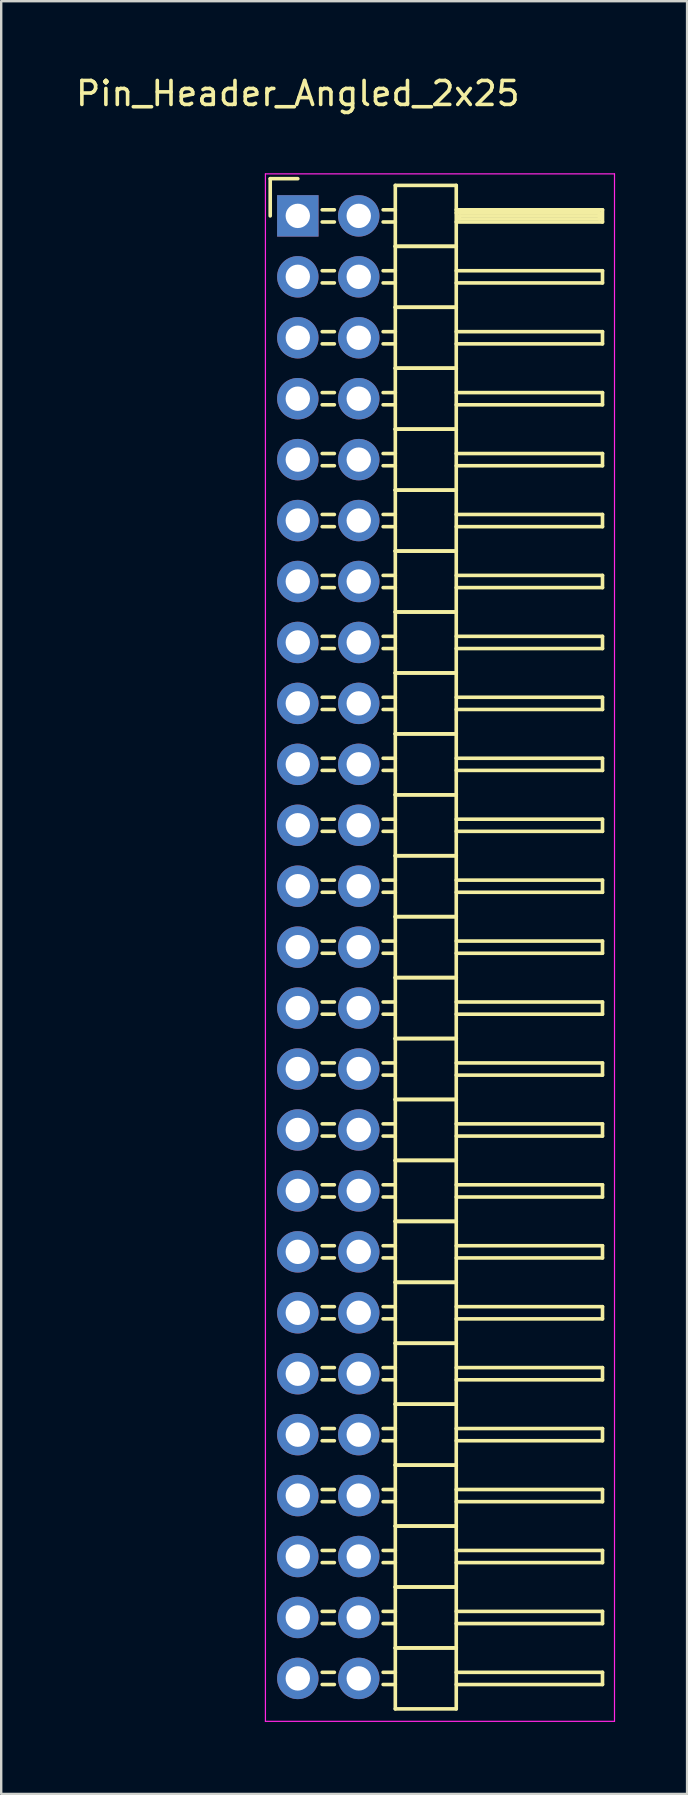
<source format=kicad_pcb>
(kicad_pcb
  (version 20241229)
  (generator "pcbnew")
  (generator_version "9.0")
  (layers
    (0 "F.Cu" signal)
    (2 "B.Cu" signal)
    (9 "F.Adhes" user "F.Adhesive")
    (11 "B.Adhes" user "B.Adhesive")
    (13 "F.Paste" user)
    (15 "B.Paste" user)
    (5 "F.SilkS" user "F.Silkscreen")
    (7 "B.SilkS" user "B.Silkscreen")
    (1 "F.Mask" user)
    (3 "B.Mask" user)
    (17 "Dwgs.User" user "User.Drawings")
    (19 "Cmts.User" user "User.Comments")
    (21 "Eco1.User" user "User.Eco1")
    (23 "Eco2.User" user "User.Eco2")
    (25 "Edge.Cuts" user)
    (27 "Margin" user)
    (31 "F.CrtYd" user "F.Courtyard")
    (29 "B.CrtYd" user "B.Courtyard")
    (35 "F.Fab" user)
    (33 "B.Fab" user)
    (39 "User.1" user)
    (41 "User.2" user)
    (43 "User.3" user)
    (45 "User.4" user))
  (footprint "Pin_Header_Angled_2x25"
    (layer "F.Cu")
    (at 9.363 5.948)
    (property "Reference" "Pin_Header_Angled_2x25" (at 0 -5.1 0) (layer "F.SilkS") (effects (font (size 1 1) (thickness 0.15))))
    (attr through_hole)
    (fp_line (start -1.15 -1.55) (end -1.15 0) (stroke (width 0.15) (type solid)) (layer "F.SilkS"))
    (fp_line (start 0 -1.55) (end -1.15 -1.55) (stroke (width 0.15) (type solid)) (layer "F.SilkS"))
    (fp_line (start 1.524 -0.254) (end 1.016 -0.254) (stroke (width 0.15) (type solid)) (layer "F.SilkS"))
    (fp_line (start 1.524 0.254) (end 1.016 0.254) (stroke (width 0.15) (type solid)) (layer "F.SilkS"))
    (fp_line (start 1.524 2.286) (end 1.016 2.286) (stroke (width 0.15) (type solid)) (layer "F.SilkS"))
    (fp_line (start 1.524 2.794) (end 1.016 2.794) (stroke (width 0.15) (type solid)) (layer "F.SilkS"))
    (fp_line (start 1.524 4.826) (end 1.016 4.826) (stroke (width 0.15) (type solid)) (layer "F.SilkS"))
    (fp_line (start 1.524 5.334) (end 1.016 5.334) (stroke (width 0.15) (type solid)) (layer "F.SilkS"))
    (fp_line (start 1.524 7.366) (end 1.016 7.366) (stroke (width 0.15) (type solid)) (layer "F.SilkS"))
    (fp_line (start 1.524 7.874) (end 1.016 7.874) (stroke (width 0.15) (type solid)) (layer "F.SilkS"))
    (fp_line (start 1.524 9.906) (end 1.016 9.906) (stroke (width 0.15) (type solid)) (layer "F.SilkS"))
    (fp_line (start 1.524 10.414) (end 1.016 10.414) (stroke (width 0.15) (type solid)) (layer "F.SilkS"))
    (fp_line (start 1.524 12.446) (end 1.016 12.446) (stroke (width 0.15) (type solid)) (layer "F.SilkS"))
    (fp_line (start 1.524 12.954) (end 1.016 12.954) (stroke (width 0.15) (type solid)) (layer "F.SilkS"))
    (fp_line (start 1.524 14.986) (end 1.016 14.986) (stroke (width 0.15) (type solid)) (layer "F.SilkS"))
    (fp_line (start 1.524 15.494) (end 1.016 15.494) (stroke (width 0.15) (type solid)) (layer "F.SilkS"))
    (fp_line (start 1.524 17.526) (end 1.016 17.526) (stroke (width 0.15) (type solid)) (layer "F.SilkS"))
    (fp_line (start 1.524 18.034) (end 1.016 18.034) (stroke (width 0.15) (type solid)) (layer "F.SilkS"))
    (fp_line (start 1.524 20.066) (end 1.016 20.066) (stroke (width 0.15) (type solid)) (layer "F.SilkS"))
    (fp_line (start 1.524 20.574) (end 1.016 20.574) (stroke (width 0.15) (type solid)) (layer "F.SilkS"))
    (fp_line (start 1.524 22.606) (end 1.016 22.606) (stroke (width 0.15) (type solid)) (layer "F.SilkS"))
    (fp_line (start 1.524 23.114) (end 1.016 23.114) (stroke (width 0.15) (type solid)) (layer "F.SilkS"))
    (fp_line (start 1.524 25.146) (end 1.016 25.146) (stroke (width 0.15) (type solid)) (layer "F.SilkS"))
    (fp_line (start 1.524 25.654) (end 1.016 25.654) (stroke (width 0.15) (type solid)) (layer "F.SilkS"))
    (fp_line (start 1.524 27.686) (end 1.016 27.686) (stroke (width 0.15) (type solid)) (layer "F.SilkS"))
    (fp_line (start 1.524 28.194) (end 1.016 28.194) (stroke (width 0.15) (type solid)) (layer "F.SilkS"))
    (fp_line (start 1.524 30.226) (end 1.016 30.226) (stroke (width 0.15) (type solid)) (layer "F.SilkS"))
    (fp_line (start 1.524 30.734) (end 1.016 30.734) (stroke (width 0.15) (type solid)) (layer "F.SilkS"))
    (fp_line (start 1.524 32.766) (end 1.016 32.766) (stroke (width 0.15) (type solid)) (layer "F.SilkS"))
    (fp_line (start 1.524 33.274) (end 1.016 33.274) (stroke (width 0.15) (type solid)) (layer "F.SilkS"))
    (fp_line (start 1.524 35.306) (end 1.016 35.306) (stroke (width 0.15) (type solid)) (layer "F.SilkS"))
    (fp_line (start 1.524 35.814) (end 1.016 35.814) (stroke (width 0.15) (type solid)) (layer "F.SilkS"))
    (fp_line (start 1.524 37.846) (end 1.016 37.846) (stroke (width 0.15) (type solid)) (layer "F.SilkS"))
    (fp_line (start 1.524 38.354) (end 1.016 38.354) (stroke (width 0.15) (type solid)) (layer "F.SilkS"))
    (fp_line (start 1.524 40.386) (end 1.016 40.386) (stroke (width 0.15) (type solid)) (layer "F.SilkS"))
    (fp_line (start 1.524 40.894) (end 1.016 40.894) (stroke (width 0.15) (type solid)) (layer "F.SilkS"))
    (fp_line (start 1.524 42.926) (end 1.016 42.926) (stroke (width 0.15) (type solid)) (layer "F.SilkS"))
    (fp_line (start 1.524 43.434) (end 1.016 43.434) (stroke (width 0.15) (type solid)) (layer "F.SilkS"))
    (fp_line (start 1.524 45.466) (end 1.016 45.466) (stroke (width 0.15) (type solid)) (layer "F.SilkS"))
    (fp_line (start 1.524 45.974) (end 1.016 45.974) (stroke (width 0.15) (type solid)) (layer "F.SilkS"))
    (fp_line (start 1.524 48.006) (end 1.016 48.006) (stroke (width 0.15) (type solid)) (layer "F.SilkS"))
    (fp_line (start 1.524 48.514) (end 1.016 48.514) (stroke (width 0.15) (type solid)) (layer "F.SilkS"))
    (fp_line (start 1.524 50.546) (end 1.016 50.546) (stroke (width 0.15) (type solid)) (layer "F.SilkS"))
    (fp_line (start 1.524 51.054) (end 1.016 51.054) (stroke (width 0.15) (type solid)) (layer "F.SilkS"))
    (fp_line (start 1.524 53.086) (end 1.016 53.086) (stroke (width 0.15) (type solid)) (layer "F.SilkS"))
    (fp_line (start 1.524 53.594) (end 1.016 53.594) (stroke (width 0.15) (type solid)) (layer "F.SilkS"))
    (fp_line (start 1.524 55.626) (end 1.016 55.626) (stroke (width 0.15) (type solid)) (layer "F.SilkS"))
    (fp_line (start 1.524 56.134) (end 1.016 56.134) (stroke (width 0.15) (type solid)) (layer "F.SilkS"))
    (fp_line (start 1.524 58.166) (end 1.016 58.166) (stroke (width 0.15) (type solid)) (layer "F.SilkS"))
    (fp_line (start 1.524 58.674) (end 1.016 58.674) (stroke (width 0.15) (type solid)) (layer "F.SilkS"))
    (fp_line (start 1.524 60.706) (end 1.016 60.706) (stroke (width 0.15) (type solid)) (layer "F.SilkS"))
    (fp_line (start 1.524 61.214) (end 1.016 61.214) (stroke (width 0.15) (type solid)) (layer "F.SilkS"))
    (fp_line (start 4.064 -1.27) (end 4.064 1.27) (stroke (width 0.15) (type solid)) (layer "F.SilkS"))
    (fp_line (start 4.064 -1.27) (end 6.604 -1.27) (stroke (width 0.15) (type solid)) (layer "F.SilkS"))
    (fp_line (start 4.064 -0.254) (end 3.556 -0.254) (stroke (width 0.15) (type solid)) (layer "F.SilkS"))
    (fp_line (start 4.064 0.254) (end 3.556 0.254) (stroke (width 0.15) (type solid)) (layer "F.SilkS"))
    (fp_line (start 4.064 1.27) (end 4.064 3.81) (stroke (width 0.15) (type solid)) (layer "F.SilkS"))
    (fp_line (start 4.064 1.27) (end 6.604 1.27) (stroke (width 0.15) (type solid)) (layer "F.SilkS"))
    (fp_line (start 4.064 1.27) (end 6.604 1.27) (stroke (width 0.15) (type solid)) (layer "F.SilkS"))
    (fp_line (start 4.064 2.286) (end 3.556 2.286) (stroke (width 0.15) (type solid)) (layer "F.SilkS"))
    (fp_line (start 4.064 2.794) (end 3.556 2.794) (stroke (width 0.15) (type solid)) (layer "F.SilkS"))
    (fp_line (start 4.064 3.81) (end 4.064 6.35) (stroke (width 0.15) (type solid)) (layer "F.SilkS"))
    (fp_line (start 4.064 3.81) (end 6.604 3.81) (stroke (width 0.15) (type solid)) (layer "F.SilkS"))
    (fp_line (start 4.064 3.81) (end 6.604 3.81) (stroke (width 0.15) (type solid)) (layer "F.SilkS"))
    (fp_line (start 4.064 4.826) (end 3.556 4.826) (stroke (width 0.15) (type solid)) (layer "F.SilkS"))
    (fp_line (start 4.064 5.334) (end 3.556 5.334) (stroke (width 0.15) (type solid)) (layer "F.SilkS"))
    (fp_line (start 4.064 6.35) (end 4.064 8.89) (stroke (width 0.15) (type solid)) (layer "F.SilkS"))
    (fp_line (start 4.064 6.35) (end 6.604 6.35) (stroke (width 0.15) (type solid)) (layer "F.SilkS"))
    (fp_line (start 4.064 6.35) (end 6.604 6.35) (stroke (width 0.15) (type solid)) (layer "F.SilkS"))
    (fp_line (start 4.064 7.366) (end 3.556 7.366) (stroke (width 0.15) (type solid)) (layer "F.SilkS"))
    (fp_line (start 4.064 7.874) (end 3.556 7.874) (stroke (width 0.15) (type solid)) (layer "F.SilkS"))
    (fp_line (start 4.064 8.89) (end 4.064 11.43) (stroke (width 0.15) (type solid)) (layer "F.SilkS"))
    (fp_line (start 4.064 8.89) (end 6.604 8.89) (stroke (width 0.15) (type solid)) (layer "F.SilkS"))
    (fp_line (start 4.064 8.89) (end 6.604 8.89) (stroke (width 0.15) (type solid)) (layer "F.SilkS"))
    (fp_line (start 4.064 9.906) (end 3.556 9.906) (stroke (width 0.15) (type solid)) (layer "F.SilkS"))
    (fp_line (start 4.064 10.414) (end 3.556 10.414) (stroke (width 0.15) (type solid)) (layer "F.SilkS"))
    (fp_line (start 4.064 11.43) (end 4.064 13.97) (stroke (width 0.15) (type solid)) (layer "F.SilkS"))
    (fp_line (start 4.064 11.43) (end 6.604 11.43) (stroke (width 0.15) (type solid)) (layer "F.SilkS"))
    (fp_line (start 4.064 11.43) (end 6.604 11.43) (stroke (width 0.15) (type solid)) (layer "F.SilkS"))
    (fp_line (start 4.064 12.446) (end 3.556 12.446) (stroke (width 0.15) (type solid)) (layer "F.SilkS"))
    (fp_line (start 4.064 12.954) (end 3.556 12.954) (stroke (width 0.15) (type solid)) (layer "F.SilkS"))
    (fp_line (start 4.064 13.97) (end 4.064 16.51) (stroke (width 0.15) (type solid)) (layer "F.SilkS"))
    (fp_line (start 4.064 13.97) (end 6.604 13.97) (stroke (width 0.15) (type solid)) (layer "F.SilkS"))
    (fp_line (start 4.064 13.97) (end 6.604 13.97) (stroke (width 0.15) (type solid)) (layer "F.SilkS"))
    (fp_line (start 4.064 14.986) (end 3.556 14.986) (stroke (width 0.15) (type solid)) (layer "F.SilkS"))
    (fp_line (start 4.064 15.494) (end 3.556 15.494) (stroke (width 0.15) (type solid)) (layer "F.SilkS"))
    (fp_line (start 4.064 16.51) (end 4.064 19.05) (stroke (width 0.15) (type solid)) (layer "F.SilkS"))
    (fp_line (start 4.064 16.51) (end 6.604 16.51) (stroke (width 0.15) (type solid)) (layer "F.SilkS"))
    (fp_line (start 4.064 16.51) (end 6.604 16.51) (stroke (width 0.15) (type solid)) (layer "F.SilkS"))
    (fp_line (start 4.064 17.526) (end 3.556 17.526) (stroke (width 0.15) (type solid)) (layer "F.SilkS"))
    (fp_line (start 4.064 18.034) (end 3.556 18.034) (stroke (width 0.15) (type solid)) (layer "F.SilkS"))
    (fp_line (start 4.064 19.05) (end 4.064 21.59) (stroke (width 0.15) (type solid)) (layer "F.SilkS"))
    (fp_line (start 4.064 19.05) (end 6.604 19.05) (stroke (width 0.15) (type solid)) (layer "F.SilkS"))
    (fp_line (start 4.064 19.05) (end 6.604 19.05) (stroke (width 0.15) (type solid)) (layer "F.SilkS"))
    (fp_line (start 4.064 20.066) (end 3.556 20.066) (stroke (width 0.15) (type solid)) (layer "F.SilkS"))
    (fp_line (start 4.064 20.574) (end 3.556 20.574) (stroke (width 0.15) (type solid)) (layer "F.SilkS"))
    (fp_line (start 4.064 21.59) (end 4.064 24.13) (stroke (width 0.15) (type solid)) (layer "F.SilkS"))
    (fp_line (start 4.064 21.59) (end 6.604 21.59) (stroke (width 0.15) (type solid)) (layer "F.SilkS"))
    (fp_line (start 4.064 21.59) (end 6.604 21.59) (stroke (width 0.15) (type solid)) (layer "F.SilkS"))
    (fp_line (start 4.064 22.606) (end 3.556 22.606) (stroke (width 0.15) (type solid)) (layer "F.SilkS"))
    (fp_line (start 4.064 23.114) (end 3.556 23.114) (stroke (width 0.15) (type solid)) (layer "F.SilkS"))
    (fp_line (start 4.064 24.13) (end 4.064 26.67) (stroke (width 0.15) (type solid)) (layer "F.SilkS"))
    (fp_line (start 4.064 24.13) (end 6.604 24.13) (stroke (width 0.15) (type solid)) (layer "F.SilkS"))
    (fp_line (start 4.064 24.13) (end 6.604 24.13) (stroke (width 0.15) (type solid)) (layer "F.SilkS"))
    (fp_line (start 4.064 25.146) (end 3.556 25.146) (stroke (width 0.15) (type solid)) (layer "F.SilkS"))
    (fp_line (start 4.064 25.654) (end 3.556 25.654) (stroke (width 0.15) (type solid)) (layer "F.SilkS"))
    (fp_line (start 4.064 26.67) (end 4.064 29.21) (stroke (width 0.15) (type solid)) (layer "F.SilkS"))
    (fp_line (start 4.064 26.67) (end 6.604 26.67) (stroke (width 0.15) (type solid)) (layer "F.SilkS"))
    (fp_line (start 4.064 26.67) (end 6.604 26.67) (stroke (width 0.15) (type solid)) (layer "F.SilkS"))
    (fp_line (start 4.064 27.686) (end 3.556 27.686) (stroke (width 0.15) (type solid)) (layer "F.SilkS"))
    (fp_line (start 4.064 28.194) (end 3.556 28.194) (stroke (width 0.15) (type solid)) (layer "F.SilkS"))
    (fp_line (start 4.064 29.21) (end 4.064 31.75) (stroke (width 0.15) (type solid)) (layer "F.SilkS"))
    (fp_line (start 4.064 29.21) (end 6.604 29.21) (stroke (width 0.15) (type solid)) (layer "F.SilkS"))
    (fp_line (start 4.064 29.21) (end 6.604 29.21) (stroke (width 0.15) (type solid)) (layer "F.SilkS"))
    (fp_line (start 4.064 30.226) (end 3.556 30.226) (stroke (width 0.15) (type solid)) (layer "F.SilkS"))
    (fp_line (start 4.064 30.734) (end 3.556 30.734) (stroke (width 0.15) (type solid)) (layer "F.SilkS"))
    (fp_line (start 4.064 31.75) (end 4.064 34.29) (stroke (width 0.15) (type solid)) (layer "F.SilkS"))
    (fp_line (start 4.064 31.75) (end 6.604 31.75) (stroke (width 0.15) (type solid)) (layer "F.SilkS"))
    (fp_line (start 4.064 31.75) (end 6.604 31.75) (stroke (width 0.15) (type solid)) (layer "F.SilkS"))
    (fp_line (start 4.064 32.766) (end 3.556 32.766) (stroke (width 0.15) (type solid)) (layer "F.SilkS"))
    (fp_line (start 4.064 33.274) (end 3.556 33.274) (stroke (width 0.15) (type solid)) (layer "F.SilkS"))
    (fp_line (start 4.064 34.29) (end 4.064 36.83) (stroke (width 0.15) (type solid)) (layer "F.SilkS"))
    (fp_line (start 4.064 34.29) (end 6.604 34.29) (stroke (width 0.15) (type solid)) (layer "F.SilkS"))
    (fp_line (start 4.064 34.29) (end 6.604 34.29) (stroke (width 0.15) (type solid)) (layer "F.SilkS"))
    (fp_line (start 4.064 35.306) (end 3.556 35.306) (stroke (width 0.15) (type solid)) (layer "F.SilkS"))
    (fp_line (start 4.064 35.814) (end 3.556 35.814) (stroke (width 0.15) (type solid)) (layer "F.SilkS"))
    (fp_line (start 4.064 36.83) (end 4.064 39.37) (stroke (width 0.15) (type solid)) (layer "F.SilkS"))
    (fp_line (start 4.064 36.83) (end 6.604 36.83) (stroke (width 0.15) (type solid)) (layer "F.SilkS"))
    (fp_line (start 4.064 36.83) (end 6.604 36.83) (stroke (width 0.15) (type solid)) (layer "F.SilkS"))
    (fp_line (start 4.064 37.846) (end 3.556 37.846) (stroke (width 0.15) (type solid)) (layer "F.SilkS"))
    (fp_line (start 4.064 38.354) (end 3.556 38.354) (stroke (width 0.15) (type solid)) (layer "F.SilkS"))
    (fp_line (start 4.064 39.37) (end 4.064 41.91) (stroke (width 0.15) (type solid)) (layer "F.SilkS"))
    (fp_line (start 4.064 39.37) (end 6.604 39.37) (stroke (width 0.15) (type solid)) (layer "F.SilkS"))
    (fp_line (start 4.064 39.37) (end 6.604 39.37) (stroke (width 0.15) (type solid)) (layer "F.SilkS"))
    (fp_line (start 4.064 40.386) (end 3.556 40.386) (stroke (width 0.15) (type solid)) (layer "F.SilkS"))
    (fp_line (start 4.064 40.894) (end 3.556 40.894) (stroke (width 0.15) (type solid)) (layer "F.SilkS"))
    (fp_line (start 4.064 41.91) (end 4.064 44.45) (stroke (width 0.15) (type solid)) (layer "F.SilkS"))
    (fp_line (start 4.064 41.91) (end 6.604 41.91) (stroke (width 0.15) (type solid)) (layer "F.SilkS"))
    (fp_line (start 4.064 41.91) (end 6.604 41.91) (stroke (width 0.15) (type solid)) (layer "F.SilkS"))
    (fp_line (start 4.064 42.926) (end 3.556 42.926) (stroke (width 0.15) (type solid)) (layer "F.SilkS"))
    (fp_line (start 4.064 43.434) (end 3.556 43.434) (stroke (width 0.15) (type solid)) (layer "F.SilkS"))
    (fp_line (start 4.064 44.45) (end 4.064 46.99) (stroke (width 0.15) (type solid)) (layer "F.SilkS"))
    (fp_line (start 4.064 44.45) (end 6.604 44.45) (stroke (width 0.15) (type solid)) (layer "F.SilkS"))
    (fp_line (start 4.064 44.45) (end 6.604 44.45) (stroke (width 0.15) (type solid)) (layer "F.SilkS"))
    (fp_line (start 4.064 45.466) (end 3.556 45.466) (stroke (width 0.15) (type solid)) (layer "F.SilkS"))
    (fp_line (start 4.064 45.974) (end 3.556 45.974) (stroke (width 0.15) (type solid)) (layer "F.SilkS"))
    (fp_line (start 4.064 46.99) (end 4.064 49.53) (stroke (width 0.15) (type solid)) (layer "F.SilkS"))
    (fp_line (start 4.064 46.99) (end 6.604 46.99) (stroke (width 0.15) (type solid)) (layer "F.SilkS"))
    (fp_line (start 4.064 46.99) (end 6.604 46.99) (stroke (width 0.15) (type solid)) (layer "F.SilkS"))
    (fp_line (start 4.064 48.006) (end 3.556 48.006) (stroke (width 0.15) (type solid)) (layer "F.SilkS"))
    (fp_line (start 4.064 48.514) (end 3.556 48.514) (stroke (width 0.15) (type solid)) (layer "F.SilkS"))
    (fp_line (start 4.064 49.53) (end 4.064 52.07) (stroke (width 0.15) (type solid)) (layer "F.SilkS"))
    (fp_line (start 4.064 49.53) (end 6.604 49.53) (stroke (width 0.15) (type solid)) (layer "F.SilkS"))
    (fp_line (start 4.064 49.53) (end 6.604 49.53) (stroke (width 0.15) (type solid)) (layer "F.SilkS"))
    (fp_line (start 4.064 50.546) (end 3.556 50.546) (stroke (width 0.15) (type solid)) (layer "F.SilkS"))
    (fp_line (start 4.064 51.054) (end 3.556 51.054) (stroke (width 0.15) (type solid)) (layer "F.SilkS"))
    (fp_line (start 4.064 52.07) (end 4.064 54.61) (stroke (width 0.15) (type solid)) (layer "F.SilkS"))
    (fp_line (start 4.064 52.07) (end 6.604 52.07) (stroke (width 0.15) (type solid)) (layer "F.SilkS"))
    (fp_line (start 4.064 52.07) (end 6.604 52.07) (stroke (width 0.15) (type solid)) (layer "F.SilkS"))
    (fp_line (start 4.064 53.086) (end 3.556 53.086) (stroke (width 0.15) (type solid)) (layer "F.SilkS"))
    (fp_line (start 4.064 53.594) (end 3.556 53.594) (stroke (width 0.15) (type solid)) (layer "F.SilkS"))
    (fp_line (start 4.064 54.61) (end 4.064 57.15) (stroke (width 0.15) (type solid)) (layer "F.SilkS"))
    (fp_line (start 4.064 54.61) (end 6.604 54.61) (stroke (width 0.15) (type solid)) (layer "F.SilkS"))
    (fp_line (start 4.064 54.61) (end 6.604 54.61) (stroke (width 0.15) (type solid)) (layer "F.SilkS"))
    (fp_line (start 4.064 55.626) (end 3.556 55.626) (stroke (width 0.15) (type solid)) (layer "F.SilkS"))
    (fp_line (start 4.064 56.134) (end 3.556 56.134) (stroke (width 0.15) (type solid)) (layer "F.SilkS"))
    (fp_line (start 4.064 57.15) (end 4.064 59.69) (stroke (width 0.15) (type solid)) (layer "F.SilkS"))
    (fp_line (start 4.064 57.15) (end 6.604 57.15) (stroke (width 0.15) (type solid)) (layer "F.SilkS"))
    (fp_line (start 4.064 57.15) (end 6.604 57.15) (stroke (width 0.15) (type solid)) (layer "F.SilkS"))
    (fp_line (start 4.064 58.166) (end 3.556 58.166) (stroke (width 0.15) (type solid)) (layer "F.SilkS"))
    (fp_line (start 4.064 58.674) (end 3.556 58.674) (stroke (width 0.15) (type solid)) (layer "F.SilkS"))
    (fp_line (start 4.064 59.69) (end 4.064 62.23) (stroke (width 0.15) (type solid)) (layer "F.SilkS"))
    (fp_line (start 4.064 59.69) (end 6.604 59.69) (stroke (width 0.15) (type solid)) (layer "F.SilkS"))
    (fp_line (start 4.064 59.69) (end 6.604 59.69) (stroke (width 0.15) (type solid)) (layer "F.SilkS"))
    (fp_line (start 4.064 60.706) (end 3.556 60.706) (stroke (width 0.15) (type solid)) (layer "F.SilkS"))
    (fp_line (start 4.064 61.214) (end 3.556 61.214) (stroke (width 0.15) (type solid)) (layer "F.SilkS"))
    (fp_line (start 4.064 62.23) (end 6.604 62.23) (stroke (width 0.15) (type solid)) (layer "F.SilkS"))
    (fp_line (start 6.604 -0.254) (end 12.7 -0.254) (stroke (width 0.15) (type solid)) (layer "F.SilkS"))
    (fp_line (start 6.604 -0.127) (end 12.573 -0.127) (stroke (width 0.15) (type solid)) (layer "F.SilkS"))
    (fp_line (start 6.604 1.27) (end 6.604 -1.27) (stroke (width 0.15) (type solid)) (layer "F.SilkS"))
    (fp_line (start 6.604 2.286) (end 12.7 2.286) (stroke (width 0.15) (type solid)) (layer "F.SilkS"))
    (fp_line (start 6.604 3.81) (end 6.604 1.27) (stroke (width 0.15) (type solid)) (layer "F.SilkS"))
    (fp_line (start 6.604 4.826) (end 12.7 4.826) (stroke (width 0.15) (type solid)) (layer "F.SilkS"))
    (fp_line (start 6.604 6.35) (end 6.604 3.81) (stroke (width 0.15) (type solid)) (layer "F.SilkS"))
    (fp_line (start 6.604 7.366) (end 12.7 7.366) (stroke (width 0.15) (type solid)) (layer "F.SilkS"))
    (fp_line (start 6.604 8.89) (end 6.604 6.35) (stroke (width 0.15) (type solid)) (layer "F.SilkS"))
    (fp_line (start 6.604 9.906) (end 12.7 9.906) (stroke (width 0.15) (type solid)) (layer "F.SilkS"))
    (fp_line (start 6.604 11.43) (end 6.604 8.89) (stroke (width 0.15) (type solid)) (layer "F.SilkS"))
    (fp_line (start 6.604 12.446) (end 12.7 12.446) (stroke (width 0.15) (type solid)) (layer "F.SilkS"))
    (fp_line (start 6.604 13.97) (end 6.604 11.43) (stroke (width 0.15) (type solid)) (layer "F.SilkS"))
    (fp_line (start 6.604 14.986) (end 12.7 14.986) (stroke (width 0.15) (type solid)) (layer "F.SilkS"))
    (fp_line (start 6.604 16.51) (end 6.604 13.97) (stroke (width 0.15) (type solid)) (layer "F.SilkS"))
    (fp_line (start 6.604 17.526) (end 12.7 17.526) (stroke (width 0.15) (type solid)) (layer "F.SilkS"))
    (fp_line (start 6.604 19.05) (end 6.604 16.51) (stroke (width 0.15) (type solid)) (layer "F.SilkS"))
    (fp_line (start 6.604 20.066) (end 12.7 20.066) (stroke (width 0.15) (type solid)) (layer "F.SilkS"))
    (fp_line (start 6.604 21.59) (end 6.604 19.05) (stroke (width 0.15) (type solid)) (layer "F.SilkS"))
    (fp_line (start 6.604 22.606) (end 12.7 22.606) (stroke (width 0.15) (type solid)) (layer "F.SilkS"))
    (fp_line (start 6.604 24.13) (end 6.604 21.59) (stroke (width 0.15) (type solid)) (layer "F.SilkS"))
    (fp_line (start 6.604 25.146) (end 12.7 25.146) (stroke (width 0.15) (type solid)) (layer "F.SilkS"))
    (fp_line (start 6.604 26.67) (end 6.604 24.13) (stroke (width 0.15) (type solid)) (layer "F.SilkS"))
    (fp_line (start 6.604 27.686) (end 12.7 27.686) (stroke (width 0.15) (type solid)) (layer "F.SilkS"))
    (fp_line (start 6.604 29.21) (end 6.604 26.67) (stroke (width 0.15) (type solid)) (layer "F.SilkS"))
    (fp_line (start 6.604 30.226) (end 12.7 30.226) (stroke (width 0.15) (type solid)) (layer "F.SilkS"))
    (fp_line (start 6.604 31.75) (end 6.604 29.21) (stroke (width 0.15) (type solid)) (layer "F.SilkS"))
    (fp_line (start 6.604 32.766) (end 12.7 32.766) (stroke (width 0.15) (type solid)) (layer "F.SilkS"))
    (fp_line (start 6.604 34.29) (end 6.604 31.75) (stroke (width 0.15) (type solid)) (layer "F.SilkS"))
    (fp_line (start 6.604 35.306) (end 12.7 35.306) (stroke (width 0.15) (type solid)) (layer "F.SilkS"))
    (fp_line (start 6.604 36.83) (end 6.604 34.29) (stroke (width 0.15) (type solid)) (layer "F.SilkS"))
    (fp_line (start 6.604 37.846) (end 12.7 37.846) (stroke (width 0.15) (type solid)) (layer "F.SilkS"))
    (fp_line (start 6.604 39.37) (end 6.604 36.83) (stroke (width 0.15) (type solid)) (layer "F.SilkS"))
    (fp_line (start 6.604 40.386) (end 12.7 40.386) (stroke (width 0.15) (type solid)) (layer "F.SilkS"))
    (fp_line (start 6.604 41.91) (end 6.604 39.37) (stroke (width 0.15) (type solid)) (layer "F.SilkS"))
    (fp_line (start 6.604 42.926) (end 12.7 42.926) (stroke (width 0.15) (type solid)) (layer "F.SilkS"))
    (fp_line (start 6.604 44.45) (end 6.604 41.91) (stroke (width 0.15) (type solid)) (layer "F.SilkS"))
    (fp_line (start 6.604 45.466) (end 12.7 45.466) (stroke (width 0.15) (type solid)) (layer "F.SilkS"))
    (fp_line (start 6.604 46.99) (end 6.604 44.45) (stroke (width 0.15) (type solid)) (layer "F.SilkS"))
    (fp_line (start 6.604 48.006) (end 12.7 48.006) (stroke (width 0.15) (type solid)) (layer "F.SilkS"))
    (fp_line (start 6.604 49.53) (end 6.604 46.99) (stroke (width 0.15) (type solid)) (layer "F.SilkS"))
    (fp_line (start 6.604 50.546) (end 12.7 50.546) (stroke (width 0.15) (type solid)) (layer "F.SilkS"))
    (fp_line (start 6.604 52.07) (end 6.604 49.53) (stroke (width 0.15) (type solid)) (layer "F.SilkS"))
    (fp_line (start 6.604 53.086) (end 12.7 53.086) (stroke (width 0.15) (type solid)) (layer "F.SilkS"))
    (fp_line (start 6.604 54.61) (end 6.604 52.07) (stroke (width 0.15) (type solid)) (layer "F.SilkS"))
    (fp_line (start 6.604 55.626) (end 12.7 55.626) (stroke (width 0.15) (type solid)) (layer "F.SilkS"))
    (fp_line (start 6.604 57.15) (end 6.604 54.61) (stroke (width 0.15) (type solid)) (layer "F.SilkS"))
    (fp_line (start 6.604 58.166) (end 12.7 58.166) (stroke (width 0.15) (type solid)) (layer "F.SilkS"))
    (fp_line (start 6.604 59.69) (end 6.604 57.15) (stroke (width 0.15) (type solid)) (layer "F.SilkS"))
    (fp_line (start 6.604 60.706) (end 12.7 60.706) (stroke (width 0.15) (type solid)) (layer "F.SilkS"))
    (fp_line (start 6.604 62.23) (end 6.604 59.69) (stroke (width 0.15) (type solid)) (layer "F.SilkS"))
    (fp_line (start 6.731 0) (end 12.573 0) (stroke (width 0.15) (type solid)) (layer "F.SilkS"))
    (fp_line (start 6.731 0.127) (end 6.731 0) (stroke (width 0.15) (type solid)) (layer "F.SilkS"))
    (fp_line (start 12.573 -0.127) (end 12.573 0.127) (stroke (width 0.15) (type solid)) (layer "F.SilkS"))
    (fp_line (start 12.573 0.127) (end 6.731 0.127) (stroke (width 0.15) (type solid)) (layer "F.SilkS"))
    (fp_line (start 12.7 -0.254) (end 12.7 0.254) (stroke (width 0.15) (type solid)) (layer "F.SilkS"))
    (fp_line (start 12.7 0.254) (end 6.604 0.254) (stroke (width 0.15) (type solid)) (layer "F.SilkS"))
    (fp_line (start 12.7 2.286) (end 12.7 2.794) (stroke (width 0.15) (type solid)) (layer "F.SilkS"))
    (fp_line (start 12.7 2.794) (end 6.604 2.794) (stroke (width 0.15) (type solid)) (layer "F.SilkS"))
    (fp_line (start 12.7 4.826) (end 12.7 5.334) (stroke (width 0.15) (type solid)) (layer "F.SilkS"))
    (fp_line (start 12.7 5.334) (end 6.604 5.334) (stroke (width 0.15) (type solid)) (layer "F.SilkS"))
    (fp_line (start 12.7 7.366) (end 12.7 7.874) (stroke (width 0.15) (type solid)) (layer "F.SilkS"))
    (fp_line (start 12.7 7.874) (end 6.604 7.874) (stroke (width 0.15) (type solid)) (layer "F.SilkS"))
    (fp_line (start 12.7 9.906) (end 12.7 10.414) (stroke (width 0.15) (type solid)) (layer "F.SilkS"))
    (fp_line (start 12.7 10.414) (end 6.604 10.414) (stroke (width 0.15) (type solid)) (layer "F.SilkS"))
    (fp_line (start 12.7 12.446) (end 12.7 12.954) (stroke (width 0.15) (type solid)) (layer "F.SilkS"))
    (fp_line (start 12.7 12.954) (end 6.604 12.954) (stroke (width 0.15) (type solid)) (layer "F.SilkS"))
    (fp_line (start 12.7 14.986) (end 12.7 15.494) (stroke (width 0.15) (type solid)) (layer "F.SilkS"))
    (fp_line (start 12.7 15.494) (end 6.604 15.494) (stroke (width 0.15) (type solid)) (layer "F.SilkS"))
    (fp_line (start 12.7 17.526) (end 12.7 18.034) (stroke (width 0.15) (type solid)) (layer "F.SilkS"))
    (fp_line (start 12.7 18.034) (end 6.604 18.034) (stroke (width 0.15) (type solid)) (layer "F.SilkS"))
    (fp_line (start 12.7 20.066) (end 12.7 20.574) (stroke (width 0.15) (type solid)) (layer "F.SilkS"))
    (fp_line (start 12.7 20.574) (end 6.604 20.574) (stroke (width 0.15) (type solid)) (layer "F.SilkS"))
    (fp_line (start 12.7 22.606) (end 12.7 23.114) (stroke (width 0.15) (type solid)) (layer "F.SilkS"))
    (fp_line (start 12.7 23.114) (end 6.604 23.114) (stroke (width 0.15) (type solid)) (layer "F.SilkS"))
    (fp_line (start 12.7 25.146) (end 12.7 25.654) (stroke (width 0.15) (type solid)) (layer "F.SilkS"))
    (fp_line (start 12.7 25.654) (end 6.604 25.654) (stroke (width 0.15) (type solid)) (layer "F.SilkS"))
    (fp_line (start 12.7 27.686) (end 12.7 28.194) (stroke (width 0.15) (type solid)) (layer "F.SilkS"))
    (fp_line (start 12.7 28.194) (end 6.604 28.194) (stroke (width 0.15) (type solid)) (layer "F.SilkS"))
    (fp_line (start 12.7 30.226) (end 12.7 30.734) (stroke (width 0.15) (type solid)) (layer "F.SilkS"))
    (fp_line (start 12.7 30.734) (end 6.604 30.734) (stroke (width 0.15) (type solid)) (layer "F.SilkS"))
    (fp_line (start 12.7 32.766) (end 12.7 33.274) (stroke (width 0.15) (type solid)) (layer "F.SilkS"))
    (fp_line (start 12.7 33.274) (end 6.604 33.274) (stroke (width 0.15) (type solid)) (layer "F.SilkS"))
    (fp_line (start 12.7 35.306) (end 12.7 35.814) (stroke (width 0.15) (type solid)) (layer "F.SilkS"))
    (fp_line (start 12.7 35.814) (end 6.604 35.814) (stroke (width 0.15) (type solid)) (layer "F.SilkS"))
    (fp_line (start 12.7 37.846) (end 12.7 38.354) (stroke (width 0.15) (type solid)) (layer "F.SilkS"))
    (fp_line (start 12.7 38.354) (end 6.604 38.354) (stroke (width 0.15) (type solid)) (layer "F.SilkS"))
    (fp_line (start 12.7 40.386) (end 12.7 40.894) (stroke (width 0.15) (type solid)) (layer "F.SilkS"))
    (fp_line (start 12.7 40.894) (end 6.604 40.894) (stroke (width 0.15) (type solid)) (layer "F.SilkS"))
    (fp_line (start 12.7 42.926) (end 12.7 43.434) (stroke (width 0.15) (type solid)) (layer "F.SilkS"))
    (fp_line (start 12.7 43.434) (end 6.604 43.434) (stroke (width 0.15) (type solid)) (layer "F.SilkS"))
    (fp_line (start 12.7 45.466) (end 12.7 45.974) (stroke (width 0.15) (type solid)) (layer "F.SilkS"))
    (fp_line (start 12.7 45.974) (end 6.604 45.974) (stroke (width 0.15) (type solid)) (layer "F.SilkS"))
    (fp_line (start 12.7 48.006) (end 12.7 48.514) (stroke (width 0.15) (type solid)) (layer "F.SilkS"))
    (fp_line (start 12.7 48.514) (end 6.604 48.514) (stroke (width 0.15) (type solid)) (layer "F.SilkS"))
    (fp_line (start 12.7 50.546) (end 12.7 51.054) (stroke (width 0.15) (type solid)) (layer "F.SilkS"))
    (fp_line (start 12.7 51.054) (end 6.604 51.054) (stroke (width 0.15) (type solid)) (layer "F.SilkS"))
    (fp_line (start 12.7 53.086) (end 12.7 53.594) (stroke (width 0.15) (type solid)) (layer "F.SilkS"))
    (fp_line (start 12.7 53.594) (end 6.604 53.594) (stroke (width 0.15) (type solid)) (layer "F.SilkS"))
    (fp_line (start 12.7 55.626) (end 12.7 56.134) (stroke (width 0.15) (type solid)) (layer "F.SilkS"))
    (fp_line (start 12.7 56.134) (end 6.604 56.134) (stroke (width 0.15) (type solid)) (layer "F.SilkS"))
    (fp_line (start 12.7 58.166) (end 12.7 58.674) (stroke (width 0.15) (type solid)) (layer "F.SilkS"))
    (fp_line (start 12.7 58.674) (end 6.604 58.674) (stroke (width 0.15) (type solid)) (layer "F.SilkS"))
    (fp_line (start 12.7 60.706) (end 12.7 61.214) (stroke (width 0.15) (type solid)) (layer "F.SilkS"))
    (fp_line (start 12.7 61.214) (end 6.604 61.214) (stroke (width 0.15) (type solid)) (layer "F.SilkS"))
    (fp_line (start -1.35 -1.75) (end -1.35 62.75) (stroke (width 0.05) (type solid)) (layer "F.CrtYd"))
    (fp_line (start -1.35 -1.75) (end 13.2 -1.75) (stroke (width 0.05) (type solid)) (layer "F.CrtYd"))
    (fp_line (start -1.35 62.75) (end 13.2 62.75) (stroke (width 0.05) (type solid)) (layer "F.CrtYd"))
    (fp_line (start 13.2 -1.75) (end 13.2 62.75) (stroke (width 0.05) (type solid)) (layer "F.CrtYd"))
    (pad "1" thru_hole rect (at 0 0) (size 1.727 1.727) (drill 1.016) (layers "*.Cu" "*.Mask"))
    (pad "2" thru_hole oval (at 2.54 0) (size 1.727 1.727) (drill 1.016) (layers "*.Cu" "*.Mask"))
    (pad "3" thru_hole oval (at 0 2.54) (size 1.727 1.727) (drill 1.016) (layers "*.Cu" "*.Mask"))
    (pad "4" thru_hole oval (at 2.54 2.54) (size 1.727 1.727) (drill 1.016) (layers "*.Cu" "*.Mask"))
    (pad "5" thru_hole oval (at 0 5.08) (size 1.727 1.727) (drill 1.016) (layers "*.Cu" "*.Mask"))
    (pad "6" thru_hole oval (at 2.54 5.08) (size 1.727 1.727) (drill 1.016) (layers "*.Cu" "*.Mask"))
    (pad "7" thru_hole oval (at 0 7.62) (size 1.727 1.727) (drill 1.016) (layers "*.Cu" "*.Mask"))
    (pad "8" thru_hole oval (at 2.54 7.62) (size 1.727 1.727) (drill 1.016) (layers "*.Cu" "*.Mask"))
    (pad "9" thru_hole oval (at 0 10.16) (size 1.727 1.727) (drill 1.016) (layers "*.Cu" "*.Mask"))
    (pad "10" thru_hole oval (at 2.54 10.16) (size 1.727 1.727) (drill 1.016) (layers "*.Cu" "*.Mask"))
    (pad "11" thru_hole oval (at 0 12.7) (size 1.727 1.727) (drill 1.016) (layers "*.Cu" "*.Mask"))
    (pad "12" thru_hole oval (at 2.54 12.7) (size 1.727 1.727) (drill 1.016) (layers "*.Cu" "*.Mask"))
    (pad "13" thru_hole oval (at 0 15.24) (size 1.727 1.727) (drill 1.016) (layers "*.Cu" "*.Mask"))
    (pad "14" thru_hole oval (at 2.54 15.24) (size 1.727 1.727) (drill 1.016) (layers "*.Cu" "*.Mask"))
    (pad "15" thru_hole oval (at 0 17.78) (size 1.727 1.727) (drill 1.016) (layers "*.Cu" "*.Mask"))
    (pad "16" thru_hole oval (at 2.54 17.78) (size 1.727 1.727) (drill 1.016) (layers "*.Cu" "*.Mask"))
    (pad "17" thru_hole oval (at 0 20.32) (size 1.727 1.727) (drill 1.016) (layers "*.Cu" "*.Mask"))
    (pad "18" thru_hole oval (at 2.54 20.32) (size 1.727 1.727) (drill 1.016) (layers "*.Cu" "*.Mask"))
    (pad "19" thru_hole oval (at 0 22.86) (size 1.727 1.727) (drill 1.016) (layers "*.Cu" "*.Mask"))
    (pad "20" thru_hole oval (at 2.54 22.86) (size 1.727 1.727) (drill 1.016) (layers "*.Cu" "*.Mask"))
    (pad "21" thru_hole oval (at 0 25.4) (size 1.727 1.727) (drill 1.016) (layers "*.Cu" "*.Mask"))
    (pad "22" thru_hole oval (at 2.54 25.4) (size 1.727 1.727) (drill 1.016) (layers "*.Cu" "*.Mask"))
    (pad "23" thru_hole oval (at 0 27.94) (size 1.727 1.727) (drill 1.016) (layers "*.Cu" "*.Mask"))
    (pad "24" thru_hole oval (at 2.54 27.94) (size 1.727 1.727) (drill 1.016) (layers "*.Cu" "*.Mask"))
    (pad "25" thru_hole oval (at 0 30.48) (size 1.727 1.727) (drill 1.016) (layers "*.Cu" "*.Mask"))
    (pad "26" thru_hole oval (at 2.54 30.48) (size 1.727 1.727) (drill 1.016) (layers "*.Cu" "*.Mask"))
    (pad "27" thru_hole oval (at 0 33.02) (size 1.727 1.727) (drill 1.016) (layers "*.Cu" "*.Mask"))
    (pad "28" thru_hole oval (at 2.54 33.02) (size 1.727 1.727) (drill 1.016) (layers "*.Cu" "*.Mask"))
    (pad "29" thru_hole oval (at 0 35.56) (size 1.727 1.727) (drill 1.016) (layers "*.Cu" "*.Mask"))
    (pad "30" thru_hole oval (at 2.54 35.56) (size 1.727 1.727) (drill 1.016) (layers "*.Cu" "*.Mask"))
    (pad "31" thru_hole oval (at 0 38.1) (size 1.727 1.727) (drill 1.016) (layers "*.Cu" "*.Mask"))
    (pad "32" thru_hole oval (at 2.54 38.1) (size 1.727 1.727) (drill 1.016) (layers "*.Cu" "*.Mask"))
    (pad "33" thru_hole oval (at 0 40.64) (size 1.727 1.727) (drill 1.016) (layers "*.Cu" "*.Mask"))
    (pad "34" thru_hole oval (at 2.54 40.64) (size 1.727 1.727) (drill 1.016) (layers "*.Cu" "*.Mask"))
    (pad "35" thru_hole oval (at 0 43.18) (size 1.727 1.727) (drill 1.016) (layers "*.Cu" "*.Mask"))
    (pad "36" thru_hole oval (at 2.54 43.18) (size 1.727 1.727) (drill 1.016) (layers "*.Cu" "*.Mask"))
    (pad "37" thru_hole oval (at 0 45.72) (size 1.727 1.727) (drill 1.016) (layers "*.Cu" "*.Mask"))
    (pad "38" thru_hole oval (at 2.54 45.72) (size 1.727 1.727) (drill 1.016) (layers "*.Cu" "*.Mask"))
    (pad "39" thru_hole oval (at 0 48.26) (size 1.727 1.727) (drill 1.016) (layers "*.Cu" "*.Mask"))
    (pad "40" thru_hole oval (at 2.54 48.26) (size 1.727 1.727) (drill 1.016) (layers "*.Cu" "*.Mask"))
    (pad "41" thru_hole oval (at 0 50.8) (size 1.727 1.727) (drill 1.016) (layers "*.Cu" "*.Mask"))
    (pad "42" thru_hole oval (at 2.54 50.8) (size 1.727 1.727) (drill 1.016) (layers "*.Cu" "*.Mask"))
    (pad "43" thru_hole oval (at 0 53.34) (size 1.727 1.727) (drill 1.016) (layers "*.Cu" "*.Mask"))
    (pad "44" thru_hole oval (at 2.54 53.34) (size 1.727 1.727) (drill 1.016) (layers "*.Cu" "*.Mask"))
    (pad "45" thru_hole oval (at 0 55.88) (size 1.727 1.727) (drill 1.016) (layers "*.Cu" "*.Mask"))
    (pad "46" thru_hole oval (at 2.54 55.88) (size 1.727 1.727) (drill 1.016) (layers "*.Cu" "*.Mask"))
    (pad "47" thru_hole oval (at 0 58.42) (size 1.727 1.727) (drill 1.016) (layers "*.Cu" "*.Mask"))
    (pad "48" thru_hole oval (at 2.54 58.42) (size 1.727 1.727) (drill 1.016) (layers "*.Cu" "*.Mask"))
    (pad "49" thru_hole oval (at 0 60.96) (size 1.727 1.727) (drill 1.016) (layers "*.Cu" "*.Mask"))
    (pad "50" thru_hole oval (at 2.54 60.96) (size 1.727 1.727) (drill 1.016) (layers "*.Cu" "*.Mask")))
  (gr_rect
    (start -3 -3)
    (end 25.588 71.723)
    (stroke (width 0.1) (type default))
    (fill no)
    (layer "Edge.Cuts")))
</source>
